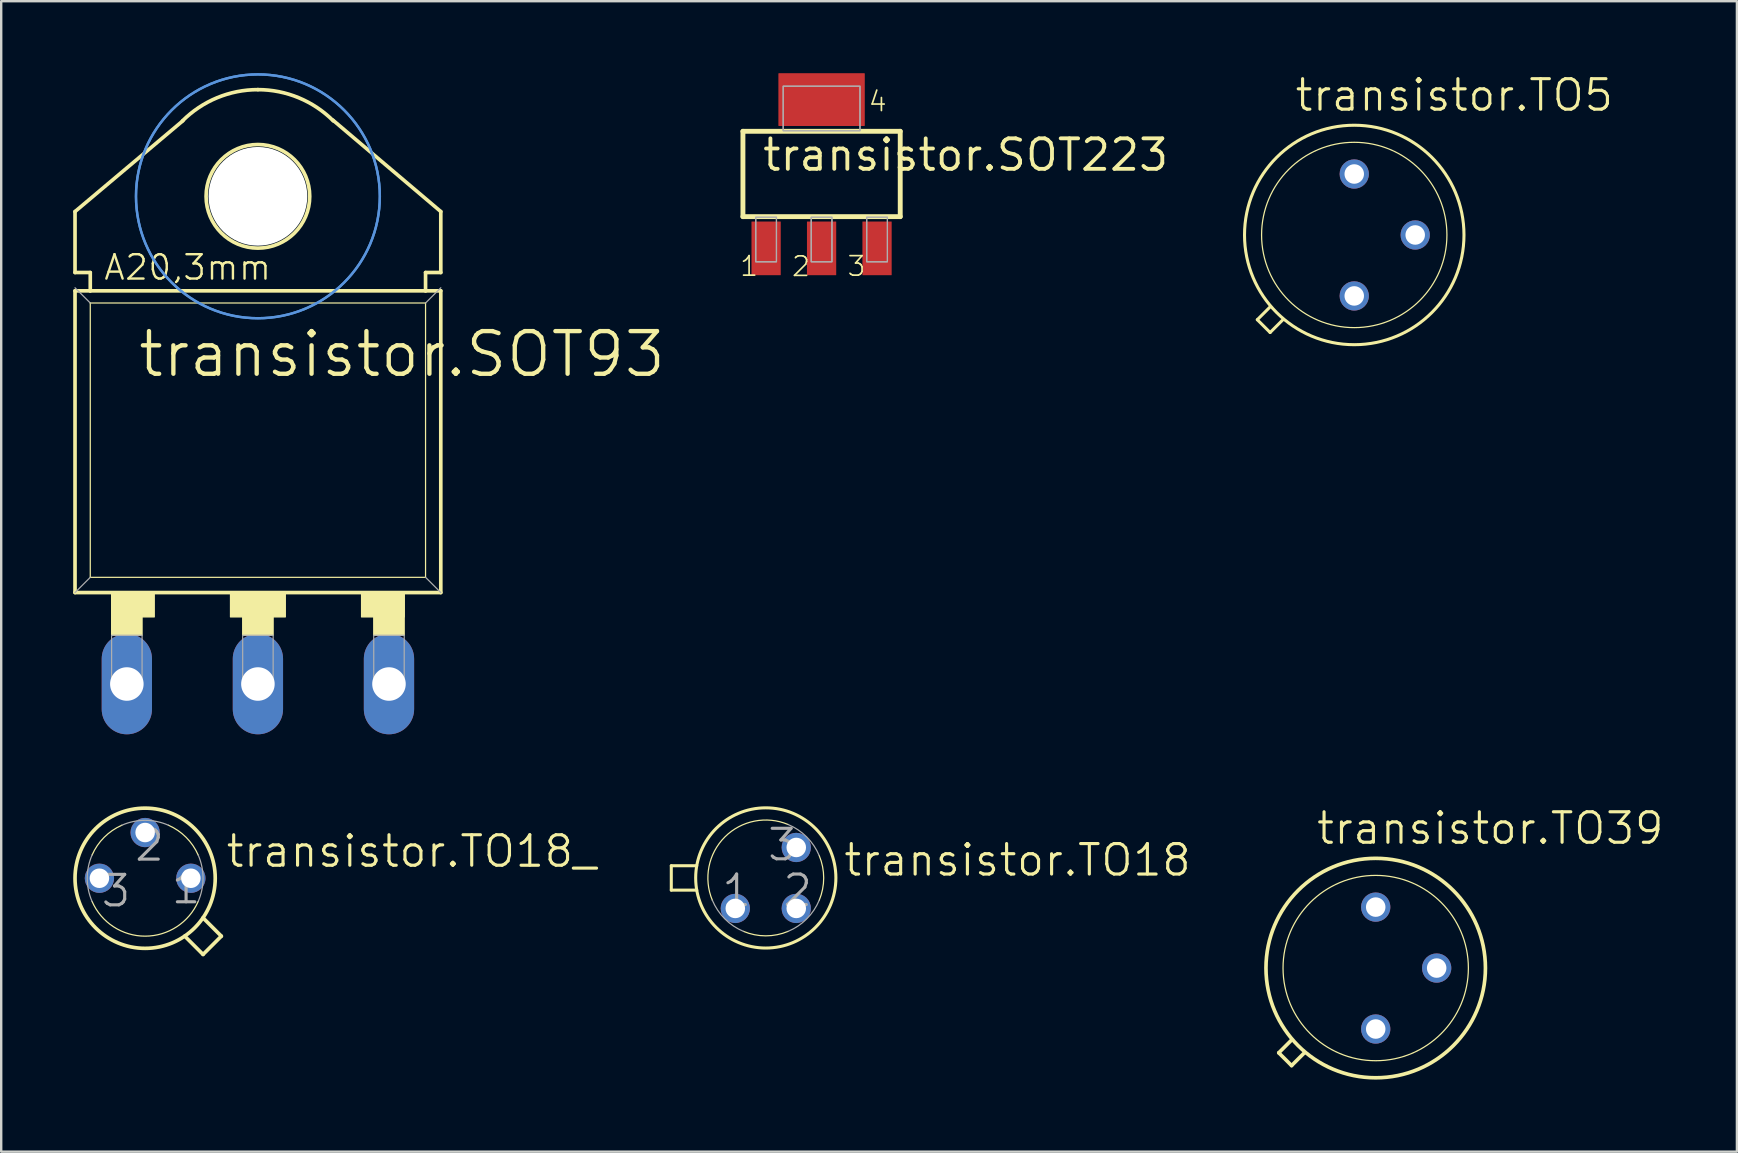
<source format=kicad_pcb>
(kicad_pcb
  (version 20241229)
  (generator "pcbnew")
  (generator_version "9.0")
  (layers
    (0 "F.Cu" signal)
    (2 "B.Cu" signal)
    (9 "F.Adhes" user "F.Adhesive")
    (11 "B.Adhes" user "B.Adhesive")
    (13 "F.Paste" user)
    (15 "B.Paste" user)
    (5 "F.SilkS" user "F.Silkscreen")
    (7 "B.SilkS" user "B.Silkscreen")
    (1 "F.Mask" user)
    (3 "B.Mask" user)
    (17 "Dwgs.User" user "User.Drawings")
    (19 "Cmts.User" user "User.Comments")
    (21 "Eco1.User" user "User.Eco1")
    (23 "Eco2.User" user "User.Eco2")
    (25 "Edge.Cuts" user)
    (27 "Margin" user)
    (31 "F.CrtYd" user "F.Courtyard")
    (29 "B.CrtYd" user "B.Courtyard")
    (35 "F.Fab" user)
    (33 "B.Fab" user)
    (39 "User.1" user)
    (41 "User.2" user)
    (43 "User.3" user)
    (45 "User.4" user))
  (footprint "transistor.SOT223"
    (layer "F.Cu")
    (at 31.182 4.199)
    (property "Reference" "transistor.SOT223" (at -2.54 -0.051 0) (layer "F.SilkS") (effects (font (size 1.27 1.27) (thickness 0.16)) (justify left bottom)))
    (attr smd)
    (fp_line (start -3.277 -1.778) (end 3.277 -1.778) (stroke (width 0.203) (type default)) (layer "F.SilkS"))
    (fp_line (start -3.277 1.778) (end -3.277 -1.778) (stroke (width 0.203) (type default)) (layer "F.SilkS"))
    (fp_line (start 3.277 -1.778) (end 3.277 1.778) (stroke (width 0.203) (type default)) (layer "F.SilkS"))
    (fp_line (start 3.277 1.778) (end -3.277 1.778) (stroke (width 0.203) (type default)) (layer "F.SilkS"))
    (fp_rect (start -2.743 3.658) (end -1.88 1.803) (stroke (width 0.05) (type default)) (fill no) (layer "F.Fab"))
    (fp_rect (start -2.743 3.658) (end -1.88 1.803) (stroke (width 0.05) (type default)) (fill no) (layer "F.Fab"))
    (fp_rect (start -1.6 -1.803) (end 1.6 -3.658) (stroke (width 0.05) (type default)) (fill no) (layer "F.Fab"))
    (fp_rect (start -1.6 -1.803) (end 1.6 -3.658) (stroke (width 0.05) (type default)) (fill no) (layer "F.Fab"))
    (fp_rect (start -0.432 3.658) (end 0.432 1.803) (stroke (width 0.05) (type default)) (fill no) (layer "F.Fab"))
    (fp_rect (start -0.432 3.658) (end 0.432 1.803) (stroke (width 0.05) (type default)) (fill no) (layer "F.Fab"))
    (fp_rect (start 1.88 3.658) (end 2.743 1.803) (stroke (width 0.05) (type default)) (fill no) (layer "F.Fab"))
    (fp_rect (start 1.88 3.658) (end 2.743 1.803) (stroke (width 0.05) (type default)) (fill no) (layer "F.Fab"))
    (fp_text user "3" (at 1.021 4.318 0) (layer "F.SilkS") (effects (font (size 0.813 0.813) (thickness 0.07)) (justify left bottom)))
    (fp_text user "4" (at 1.905 -2.54 0) (layer "F.SilkS") (effects (font (size 0.813 0.813) (thickness 0.07)) (justify left bottom)))
    (fp_text user "2" (at -1.291 4.327 0) (layer "F.SilkS") (effects (font (size 0.813 0.813) (thickness 0.07)) (justify left bottom)))
    (fp_text user "1" (at -3.453 4.318 0) (layer "F.SilkS") (effects (font (size 0.813 0.813) (thickness 0.07)) (justify left bottom)))
    (pad "1" smd roundrect (at -2.311 3.099) (size 1.219 2.235) (layers "F.Cu" "F.Mask" "F.Paste") (roundrect_rratio 0.01))
    (pad "2" smd roundrect (at 0 3.099) (size 1.219 2.235) (layers "F.Cu" "F.Mask" "F.Paste") (roundrect_rratio 0.01))
    (pad "3" smd roundrect (at 2.311 3.099) (size 1.219 2.235) (layers "F.Cu" "F.Mask" "F.Paste") (roundrect_rratio 0.01))
    (pad "4" smd roundrect (at 0 -3.099) (size 3.6 2.2) (layers "F.Cu" "F.Mask" "F.Paste") (roundrect_rratio 0.01)))
  (footprint "transistor.TO39"
    (layer "F.Cu")
    (at 54.27 37.285)
    (property "Reference" "transistor.TO39" (at -2.54 -5.08 0) (layer "F.SilkS") (effects (font (size 1.27 1.27) (thickness 0.13)) (justify left bottom)))
    (attr through_hole)
    (fp_line (start -4.039 3.531) (end -3.505 2.997) (stroke (width 0.152) (type default)) (layer "F.SilkS"))
    (fp_line (start -3.505 4.064) (end -4.039 3.531) (stroke (width 0.152) (type default)) (layer "F.SilkS"))
    (fp_line (start -2.972 3.531) (end -3.505 4.064) (stroke (width 0.152) (type default)) (layer "F.SilkS"))
    (fp_circle (center 0 0) (end 3.861 0) (stroke (width 0.051) (type default)) (fill no) (layer "F.SilkS"))
    (fp_circle (center 0 0) (end 4.572 0) (stroke (width 0.152) (type default)) (fill no) (layer "F.SilkS"))
    (pad "1" thru_hole circle (at 0 2.54) (size 1.219 1.219) (drill 0.813) (layers "*.Cu" "*.Mask"))
    (pad "2" thru_hole circle (at 2.54 0) (size 1.219 1.219) (drill 0.813) (layers "*.Cu" "*.Mask"))
    (pad "3" thru_hole circle (at 0 -2.54) (size 1.219 1.219) (drill 0.813) (layers "*.Cu" "*.Mask")))
  (footprint "transistor.TO5"
    (layer "F.Cu")
    (at 53.376 6.74)
    (property "Reference" "transistor.TO5" (at -2.54 -5.08 0) (layer "F.SilkS") (effects (font (size 1.27 1.27) (thickness 0.13)) (justify left bottom)))
    (attr through_hole)
    (fp_line (start -4.039 3.531) (end -3.505 2.997) (stroke (width 0.127) (type default)) (layer "F.SilkS"))
    (fp_line (start -3.505 4.064) (end -4.039 3.531) (stroke (width 0.127) (type default)) (layer "F.SilkS"))
    (fp_line (start -2.972 3.531) (end -3.505 4.064) (stroke (width 0.127) (type default)) (layer "F.SilkS"))
    (fp_circle (center 0 0) (end 3.861 0) (stroke (width 0.051) (type default)) (fill no) (layer "F.SilkS"))
    (fp_circle (center 0 0) (end 4.572 0) (stroke (width 0.127) (type default)) (fill no) (layer "F.SilkS"))
    (pad "1" thru_hole circle (at 0 2.54) (size 1.219 1.219) (drill 0.813) (layers "*.Cu" "*.Mask"))
    (pad "2" thru_hole circle (at 2.54 0) (size 1.219 1.219) (drill 0.813) (layers "*.Cu" "*.Mask"))
    (pad "3" thru_hole circle (at 0 -2.54) (size 1.219 1.219) (drill 0.813) (layers "*.Cu" "*.Mask")))
  (footprint "transistor.SOT93"
    (layer "F.Cu")
    (at 7.696 15.29)
    (property "Reference" "transistor.SOT93" (at -5.08 -2.54 0) (layer "F.SilkS") (effects (font (size 1.778 1.778) (thickness 0.18)) (justify left bottom)))
    (attr through_hole)
    (fp_line (start -7.62 -9.525) (end -3.124 -13.31) (stroke (width 0.152) (type default)) (layer "F.SilkS"))
    (fp_line (start -7.62 -6.985) (end -7.62 -9.525) (stroke (width 0.152) (type default)) (layer "F.SilkS"))
    (fp_line (start -7.62 6.35) (end -7.62 -6.223) (stroke (width 0.152) (type default)) (layer "F.SilkS"))
    (fp_line (start -7.62 6.35) (end 7.62 6.35) (stroke (width 0.152) (type default)) (layer "F.SilkS"))
    (fp_line (start -6.985 -6.985) (end -7.62 -6.985) (stroke (width 0.152) (type default)) (layer "F.SilkS"))
    (fp_line (start -6.985 -6.223) (end -7.62 -6.223) (stroke (width 0.152) (type default)) (layer "F.SilkS"))
    (fp_line (start -6.985 -6.223) (end -6.985 -6.985) (stroke (width 0.152) (type default)) (layer "F.SilkS"))
    (fp_line (start -6.985 5.715) (end -6.985 -5.715) (stroke (width 0.051) (type default)) (layer "F.SilkS"))
    (fp_line (start -6.985 5.715) (end 6.985 5.715) (stroke (width 0.051) (type default)) (layer "F.SilkS"))
    (fp_line (start 6.985 -6.985) (end 7.62 -6.985) (stroke (width 0.152) (type default)) (layer "F.SilkS"))
    (fp_line (start 6.985 -6.223) (end -6.985 -6.223) (stroke (width 0.152) (type default)) (layer "F.SilkS"))
    (fp_line (start 6.985 -6.223) (end 6.985 -6.985) (stroke (width 0.152) (type default)) (layer "F.SilkS"))
    (fp_line (start 6.985 -5.715) (end -6.985 -5.715) (stroke (width 0.051) (type default)) (layer "F.SilkS"))
    (fp_line (start 6.985 -5.715) (end 6.985 5.715) (stroke (width 0.051) (type default)) (layer "F.SilkS"))
    (fp_line (start 7.62 -9.525) (end 3.124 -13.335) (stroke (width 0.152) (type default)) (layer "F.SilkS"))
    (fp_line (start 7.62 -6.985) (end 7.62 -9.525) (stroke (width 0.152) (type default)) (layer "F.SilkS"))
    (fp_line (start 7.62 -6.223) (end 6.985 -6.223) (stroke (width 0.152) (type default)) (layer "F.SilkS"))
    (fp_line (start 7.62 -6.223) (end 7.62 6.35) (stroke (width 0.152) (type default)) (layer "F.SilkS"))
    (fp_rect (start -6.096 7.366) (end -4.318 6.35) (stroke (width 0.05) (type default)) (fill yes) (layer "F.SilkS"))
    (fp_rect (start -6.096 8.128) (end -4.826 6.35) (stroke (width 0.05) (type default)) (fill yes) (layer "F.SilkS"))
    (fp_rect (start -1.143 7.366) (end 1.143 6.35) (stroke (width 0.05) (type default)) (fill yes) (layer "F.SilkS"))
    (fp_rect (start -0.635 8.128) (end 0.635 6.35) (stroke (width 0.05) (type default)) (fill yes) (layer "F.SilkS"))
    (fp_rect (start 4.318 7.366) (end 6.096 6.35) (stroke (width 0.05) (type default)) (fill yes) (layer "F.SilkS"))
    (fp_rect (start 4.826 8.128) (end 6.096 6.35) (stroke (width 0.05) (type default)) (fill yes) (layer "F.SilkS"))
    (fp_arc (start -3.1431 -13.3031) (mid -1.701032 -14.266651) (end 0 -14.605) (stroke (width 0.1524) (type default)) (layer "F.SilkS"))
    (fp_arc (start 0 -14.605) (mid 1.701032 -14.266651) (end 3.1431 -13.3031) (stroke (width 0.1524) (type default)) (layer "F.SilkS"))
    (fp_circle (center 0 -10.16) (end 2.159 -10.16) (stroke (width 0.152) (type default)) (fill no) (layer "F.SilkS"))
    (fp_circle (center 0 -10.16) (end 5.08 -10.16) (stroke (width 0.1) (type default)) (fill no) (layer "Cmts.User"))
    (fp_circle (center 0 -10.16) (end 5.08 -10.16) (stroke (width 0.1) (type default)) (fill no) (layer "Cmts.User"))
    (fp_line (start -6.985 -5.715) (end -7.62 -6.35) (stroke (width 0.051) (type default)) (layer "F.Fab"))
    (fp_line (start -6.985 5.715) (end -7.62 6.35) (stroke (width 0.051) (type default)) (layer "F.Fab"))
    (fp_line (start 6.985 -5.715) (end 7.62 -6.35) (stroke (width 0.051) (type default)) (layer "F.Fab"))
    (fp_line (start 6.985 5.715) (end 7.62 6.35) (stroke (width 0.051) (type default)) (layer "F.Fab"))
    (fp_rect (start -6.096 10.287) (end -4.826 8.128) (stroke (width 0.05) (type default)) (fill no) (layer "F.Fab"))
    (fp_rect (start -0.635 10.287) (end 0.635 8.128) (stroke (width 0.05) (type default)) (fill no) (layer "F.Fab"))
    (fp_rect (start 4.826 10.287) (end 6.096 8.128) (stroke (width 0.05) (type default)) (fill no) (layer "F.Fab"))
    (fp_text user "A20,3mm" (at -6.477 -6.604 0) (layer "F.SilkS") (effects (font (size 1.016 1.016) (thickness 0.1)) (justify left bottom)))
    (pad "" np_thru_hole circle (at 0 -10.16) (size 4.115 4.115) (drill 4.115) (layers "*.Cu" "*.Mask"))
    (pad "B" thru_hole oval (at -5.461 10.16 90) (size 4.191 2.095) (drill 1.397) (layers "*.Cu" "*.Mask"))
    (pad "C" thru_hole oval (at 0 10.16 90) (size 4.191 2.095) (drill 1.397) (layers "*.Cu" "*.Mask"))
    (pad "E" thru_hole oval (at 5.461 10.16 90) (size 4.191 2.095) (drill 1.397) (layers "*.Cu" "*.Mask")))
  (footprint "transistor.TO18"
    (layer "F.Cu")
    (at 28.857 33.53)
    (property "Reference" "transistor.TO18" (at 3.175 0 0) (layer "F.SilkS") (effects (font (size 1.27 1.27) (thickness 0.13)) (justify left bottom)))
    (attr through_hole)
    (fp_line (start -3.937 -0.508) (end -2.877 -0.508) (stroke (width 0.127) (type default)) (layer "F.SilkS"))
    (fp_line (start -3.937 0.508) (end -3.937 -0.508) (stroke (width 0.127) (type default)) (layer "F.SilkS"))
    (fp_line (start -3.937 0.508) (end -2.877 0.508) (stroke (width 0.127) (type default)) (layer "F.SilkS"))
    (fp_arc (start -2.227 0.9289) (mid -1.706187 -1.706287) (end 0.929 -2.2271) (stroke (width 0.0508) (type default)) (layer "F.SilkS"))
    (fp_arc (start 0.9289 2.227) (mid 0 2.412962) (end -0.9289 2.227) (stroke (width 0.0508) (type default)) (layer "F.SilkS"))
    (fp_arc (start 2.227 -0.9289) (mid 2.412962 0) (end 2.227 0.9289) (stroke (width 0.0508) (type default)) (layer "F.SilkS"))
    (fp_circle (center 0 0) (end 2.921 0) (stroke (width 0.127) (type default)) (fill no) (layer "F.SilkS"))
    (fp_arc (start -0.9289 2.227) (mid -1.706222 1.706222) (end -2.227 0.9289) (stroke (width 0.0508) (type default)) (layer "F.Fab"))
    (fp_arc (start 0.9289 -2.227) (mid 1.706222 -1.706222) (end 2.227 -0.9289) (stroke (width 0.0508) (type default)) (layer "F.Fab"))
    (fp_arc (start 2.227 0.9289) (mid 1.706222 1.706222) (end 0.9289 2.227) (stroke (width 0.0508) (type default)) (layer "F.Fab"))
    (fp_text user "1" (at -1.905 1.27 0) (layer "F.Fab") (effects (font (size 1.27 1.27) (thickness 0.13)) (justify left bottom)))
    (fp_text user "3" (at 0 -0.635 0) (layer "F.Fab") (effects (font (size 1.27 1.27) (thickness 0.13)) (justify left bottom)))
    (fp_text user "2" (at 0.635 1.27 0) (layer "F.Fab") (effects (font (size 1.27 1.27) (thickness 0.13)) (justify left bottom)))
    (pad "1" thru_hole circle (at -1.27 1.27) (size 1.219 1.219) (drill 0.813) (layers "*.Cu" "*.Mask"))
    (pad "2" thru_hole circle (at 1.27 1.27) (size 1.219 1.219) (drill 0.813) (layers "*.Cu" "*.Mask"))
    (pad "3" thru_hole circle (at 1.27 -1.27) (size 1.219 1.219) (drill 0.813) (layers "*.Cu" "*.Mask")))
  (footprint "transistor.TO18_"
    (layer "F.Cu")
    (at 2.997 33.543)
    (property "Reference" "transistor.TO18_" (at 3.302 -0.381 0) (layer "F.SilkS") (effects (font (size 1.27 1.27) (thickness 0.13)) (justify left bottom)))
    (attr through_hole)
    (fp_line (start 1.649 2.411) (end 2.413 3.175) (stroke (width 0.152) (type default)) (layer "F.SilkS"))
    (fp_line (start 2.411 1.649) (end 3.175 2.413) (stroke (width 0.152) (type default)) (layer "F.SilkS"))
    (fp_line (start 2.413 3.175) (end 3.175 2.413) (stroke (width 0.152) (type default)) (layer "F.SilkS"))
    (fp_arc (start -2.2098 -0.9692) (mid -1.706248 -1.706248) (end -0.9692 -2.2098) (stroke (width 0.0508) (type default)) (layer "F.SilkS"))
    (fp_arc (start 0.9692 -2.2098) (mid 1.706248 -1.706248) (end 2.2098 -0.9692) (stroke (width 0.0508) (type default)) (layer "F.SilkS"))
    (fp_arc (start 2.2098 0.9692) (mid 0 2.412995) (end -2.2098 0.9692) (stroke (width 0.0508) (type default)) (layer "F.SilkS"))
    (fp_circle (center 0 0) (end 2.921 0) (stroke (width 0.152) (type default)) (fill no) (layer "F.SilkS"))
    (fp_arc (start -2.2098 0.9692) (mid -2.412999 0) (end -2.2098 -0.9692) (stroke (width 0.0508) (type default)) (layer "F.Fab"))
    (fp_arc (start -0.9692 -2.2098) (mid 0 -2.412999) (end 0.9692 -2.2098) (stroke (width 0.0508) (type default)) (layer "F.Fab"))
    (fp_arc (start 2.2098 -0.9692) (mid 2.412999 0) (end 2.2098 0.9692) (stroke (width 0.0508) (type default)) (layer "F.Fab"))
    (fp_text user "3" (at -1.905 1.27 0) (layer "F.Fab") (effects (font (size 1.27 1.27) (thickness 0.13)) (justify left bottom)))
    (fp_text user "1" (at 1.016 1.143 0) (layer "F.Fab") (effects (font (size 1.27 1.27) (thickness 0.13)) (justify left bottom)))
    (fp_text user "2" (at -0.508 -0.635 0) (layer "F.Fab") (effects (font (size 1.27 1.27) (thickness 0.13)) (justify left bottom)))
    (pad "1" thru_hole circle (at 1.905 0) (size 1.219 1.219) (drill 0.813) (layers "*.Cu" "*.Mask"))
    (pad "2" thru_hole circle (at 0 -1.905) (size 1.219 1.219) (drill 0.813) (layers "*.Cu" "*.Mask"))
    (pad "3" thru_hole circle (at -1.905 0) (size 1.219 1.219) (drill 0.813) (layers "*.Cu" "*.Mask")))
  (gr_rect
    (start -3 -3)
    (end 69.32 44.934)
    (stroke (width 0.1) (type default))
    (fill no)
    (layer "Edge.Cuts")))
</source>
